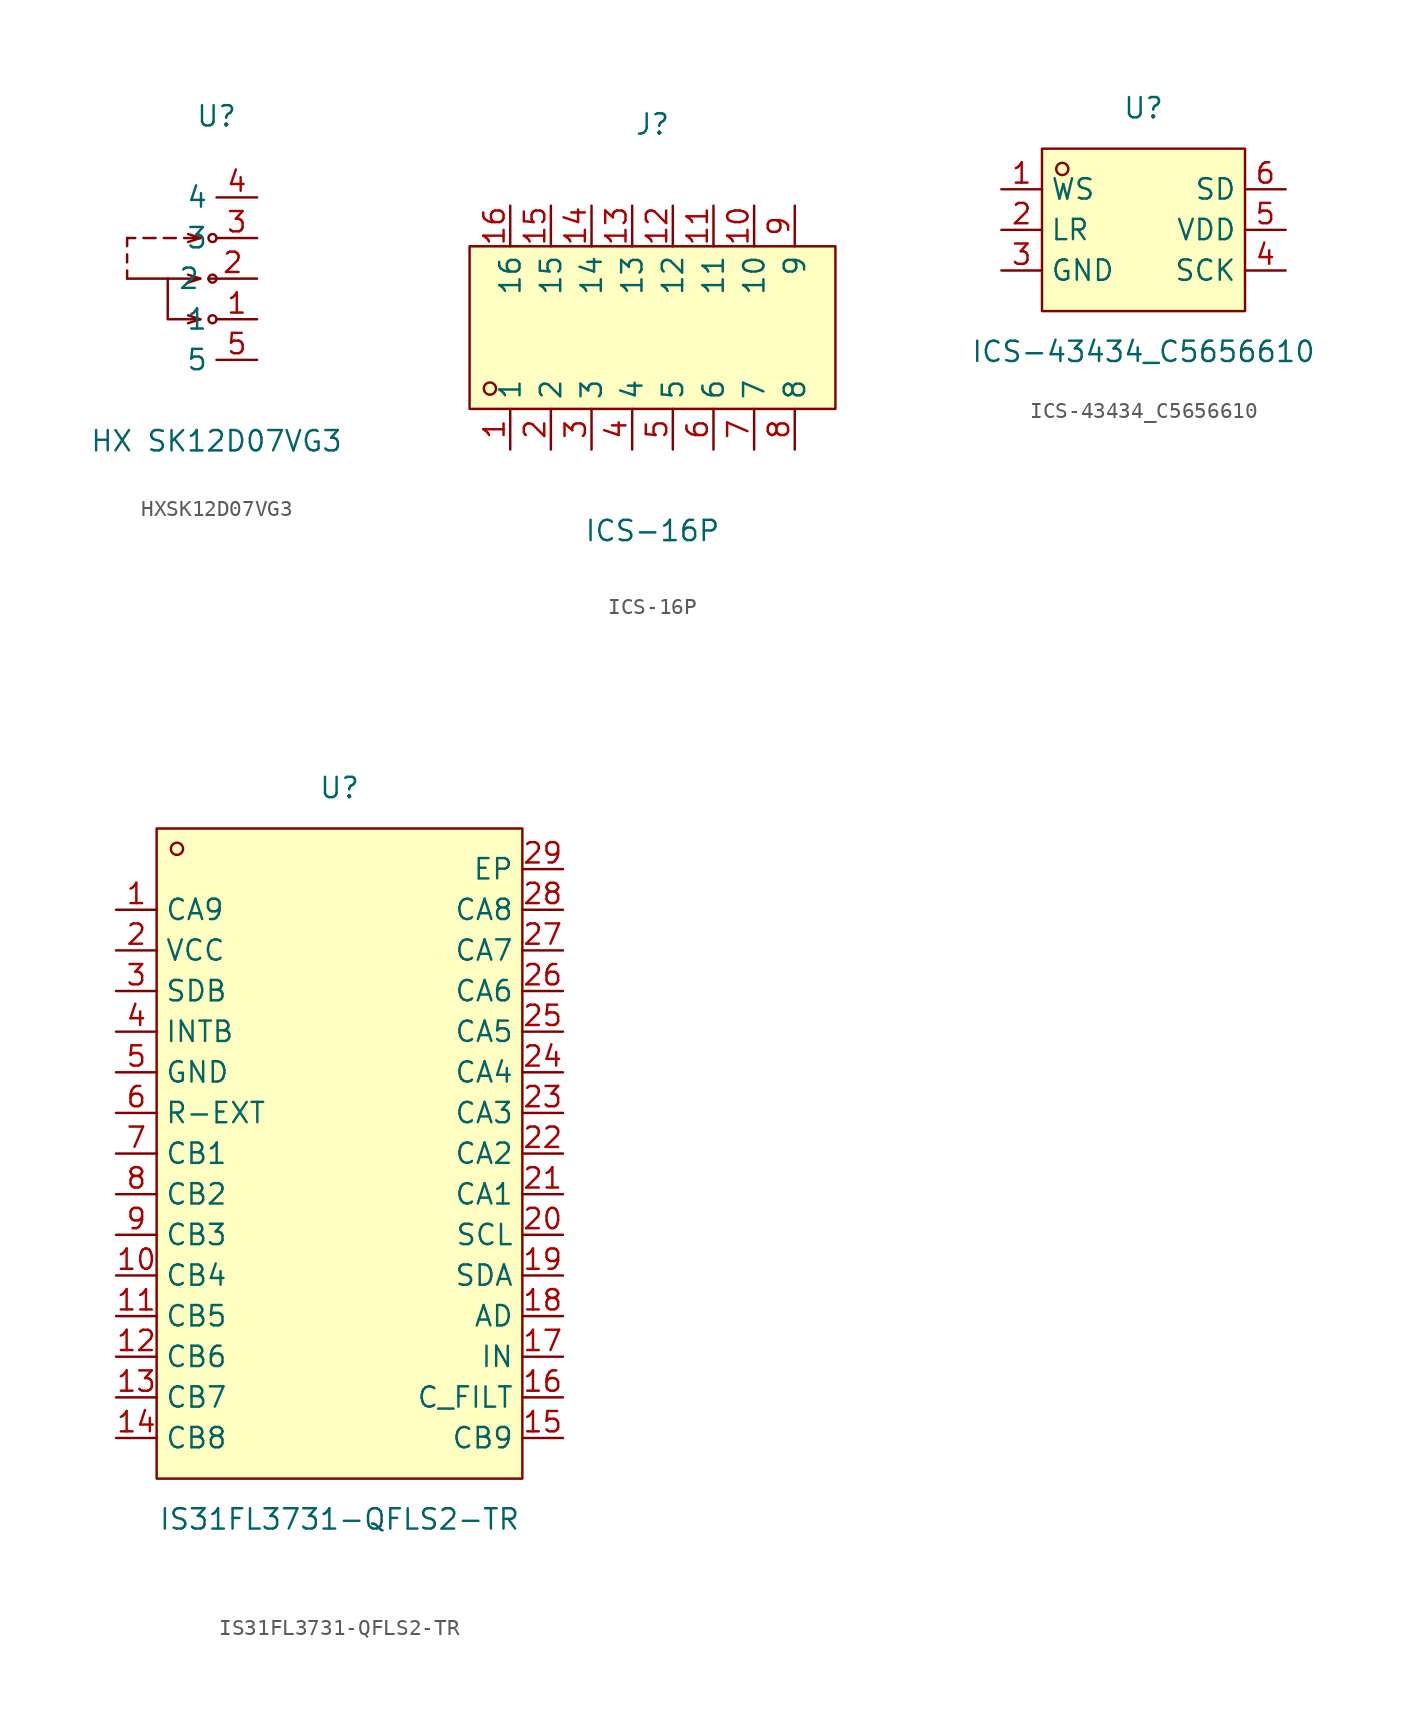
<source format=kicad_sym>
(kicad_symbol_lib
  (version 20211014)
  (generator https://github.com/uPesy/easyeda2kicad.py)
  (symbol "HXSK12D07VG3"
    (property "Reference" "U"
      (at 0 10.16 0)
      (effects (font (size 1.27 1.27))))
    (property "Value" "HX SK12D07VG3"
      (at 0 -10.16 0)
      (effects (font (size 1.27 1.27))))
    (symbol "HXSK12D07VG3_0_1"
      (circle (center -0.25 2.54) (radius 0.25) (stroke (width 0) (type default) (color 0 0 0 0)) (fill (type none)))
      (circle (center -0.25 -0.00) (radius 0.25) (stroke (width 0) (type default) (color 0 0 0 0)) (fill (type none)))
      (circle (center -0.25 -2.54) (radius 0.25) (stroke (width 0) (type default) (color 0 0 0 0)) (fill (type none)))
      (polyline (pts (xy -1.02 2.54) (xy -1.78 2.29)) (stroke (width 0) (type default) (color 0 0 0 0)) (fill (type none)))
      (polyline (pts (xy -1.02 2.54) (xy -1.78 2.79)) (stroke (width 0) (type default) (color 0 0 0 0)) (fill (type none)))
      (polyline (pts (xy -1.02 -0.00) (xy -1.78 -0.25)) (stroke (width 0) (type default) (color 0 0 0 0)) (fill (type none)))
      (polyline (pts (xy -1.02 -0.00) (xy -1.78 0.25)) (stroke (width 0) (type default) (color 0 0 0 0)) (fill (type none)))
      (polyline (pts (xy -1.02 -2.54) (xy -1.78 -2.29)) (stroke (width 0) (type default) (color 0 0 0 0)) (fill (type none)))
      (polyline (pts (xy -1.02 -2.54) (xy -1.78 -2.79)) (stroke (width 0) (type default) (color 0 0 0 0)) (fill (type none)))
      (polyline (pts (xy -1.27 2.54) (xy -1.02 2.54)) (stroke (width 0) (type default) (color 0 0 0 0)) (fill (type none)))
      (polyline (pts (xy -2.03 2.54) (xy -1.27 2.54)) (stroke (width 0) (type default) (color 0 0 0 0)) (fill (type none)))
      (polyline (pts (xy -3.30 2.54) (xy -2.54 2.54)) (stroke (width 0) (type default) (color 0 0 0 0)) (fill (type none)))
      (polyline (pts (xy -4.57 2.54) (xy -3.81 2.54)) (stroke (width 0) (type default) (color 0 0 0 0)) (fill (type none)))
      (polyline (pts (xy -5.59 2.54) (xy -5.08 2.54)) (stroke (width 0) (type default) (color 0 0 0 0)) (fill (type none)))
      (polyline (pts (xy -5.59 2.03) (xy -5.59 2.54)) (stroke (width 0) (type default) (color 0 0 0 0)) (fill (type none)))
      (polyline (pts (xy -5.59 1.02) (xy -5.59 1.52)) (stroke (width 0) (type default) (color 0 0 0 0)) (fill (type none)))
      (polyline (pts (xy -5.59 -0.00) (xy -5.59 0.51)) (stroke (width 0) (type default) (color 0 0 0 0)) (fill (type none)))
      (polyline (pts (xy -1.02 -2.54) (xy -3.05 -2.54) (xy -3.05 -0.00) (xy -1.02 -0.00)) (stroke (width 0) (type default) (color 0 0 0 0)) (fill (type none)))
      (polyline (pts (xy -3.05 -0.00) (xy -5.59 -0.00)) (stroke (width 0) (type default) (color 0 0 0 0)) (fill (type none)))
      (pin unspecified line (at 2.54 -5.08 180) (length 2.54) (name "5" (effects (font (size 1.27 1.27)))) (number "5" (effects (font (size 1.27 1.27)))))
      (pin unspecified line (at 2.54 2.54 180) (length 2.54) (name "3" (effects (font (size 1.27 1.27)))) (number "3" (effects (font (size 1.27 1.27)))))
      (pin unspecified line (at 2.54 -0.00 180) (length 3.048) (name "2" (effects (font (size 1.27 1.27)))) (number "2" (effects (font (size 1.27 1.27)))))
      (pin unspecified line (at 2.54 -2.54 180) (length 2.54) (name "1" (effects (font (size 1.27 1.27)))) (number "1" (effects (font (size 1.27 1.27)))))
      (pin unspecified line (at 2.54 5.08 180) (length 2.54) (name "4" (effects (font (size 1.27 1.27)))) (number "4" (effects (font (size 1.27 1.27)))))))
  (symbol "ICS-16P"
    (property "Reference" "J"
      (at 0 12.70 0)
      (effects (font (size 1.27 1.27))))
    (property "Value" "ICS-16P"
      (at 0 -12.70 0)
      (effects (font (size 1.27 1.27))))
    (symbol "ICS-16P_0_1"
      (rectangle (start -11.43 5.08) (end 11.43 -5.08) (stroke (width 0) (type default) (color 0 0 0 0)) (fill (type background)))
      (circle (center -10.16 -3.81) (radius 0.38) (stroke (width 0) (type default) (color 0 0 0 0)) (fill (type none)))
      (pin unspecified line (at -8.89 -7.62 90) (length 2.54) (name "1" (effects (font (size 1.27 1.27)))) (number "1" (effects (font (size 1.27 1.27)))))
      (pin unspecified line (at -6.35 -7.62 90) (length 2.54) (name "2" (effects (font (size 1.27 1.27)))) (number "2" (effects (font (size 1.27 1.27)))))
      (pin unspecified line (at -3.81 -7.62 90) (length 2.54) (name "3" (effects (font (size 1.27 1.27)))) (number "3" (effects (font (size 1.27 1.27)))))
      (pin unspecified line (at -1.27 -7.62 90) (length 2.54) (name "4" (effects (font (size 1.27 1.27)))) (number "4" (effects (font (size 1.27 1.27)))))
      (pin unspecified line (at 1.27 -7.62 90) (length 2.54) (name "5" (effects (font (size 1.27 1.27)))) (number "5" (effects (font (size 1.27 1.27)))))
      (pin unspecified line (at 3.81 -7.62 90) (length 2.54) (name "6" (effects (font (size 1.27 1.27)))) (number "6" (effects (font (size 1.27 1.27)))))
      (pin unspecified line (at 6.35 -7.62 90) (length 2.54) (name "7" (effects (font (size 1.27 1.27)))) (number "7" (effects (font (size 1.27 1.27)))))
      (pin unspecified line (at 8.89 -7.62 90) (length 2.54) (name "8" (effects (font (size 1.27 1.27)))) (number "8" (effects (font (size 1.27 1.27)))))
      (pin unspecified line (at 8.89 7.62 270) (length 2.54) (name "9" (effects (font (size 1.27 1.27)))) (number "9" (effects (font (size 1.27 1.27)))))
      (pin unspecified line (at 6.35 7.62 270) (length 2.54) (name "10" (effects (font (size 1.27 1.27)))) (number "10" (effects (font (size 1.27 1.27)))))
      (pin unspecified line (at 3.81 7.62 270) (length 2.54) (name "11" (effects (font (size 1.27 1.27)))) (number "11" (effects (font (size 1.27 1.27)))))
      (pin unspecified line (at 1.27 7.62 270) (length 2.54) (name "12" (effects (font (size 1.27 1.27)))) (number "12" (effects (font (size 1.27 1.27)))))
      (pin unspecified line (at -1.27 7.62 270) (length 2.54) (name "13" (effects (font (size 1.27 1.27)))) (number "13" (effects (font (size 1.27 1.27)))))
      (pin unspecified line (at -3.81 7.62 270) (length 2.54) (name "14" (effects (font (size 1.27 1.27)))) (number "14" (effects (font (size 1.27 1.27)))))
      (pin unspecified line (at -6.35 7.62 270) (length 2.54) (name "15" (effects (font (size 1.27 1.27)))) (number "15" (effects (font (size 1.27 1.27)))))
      (pin unspecified line (at -8.89 7.62 270) (length 2.54) (name "16" (effects (font (size 1.27 1.27)))) (number "16" (effects (font (size 1.27 1.27)))))))
  (symbol "ICS-43434_C5656610"
    (property "Reference" "U"
      (at 0 7.62 0)
      (effects (font (size 1.27 1.27))))
    (property "Value" "ICS-43434_C5656610"
      (at 0 -7.62 0)
      (effects (font (size 1.27 1.27))))
    (symbol "ICS-43434_C5656610_0_1"
      (rectangle (start -6.35 5.08) (end 6.35 -5.08) (stroke (width 0) (type default) (color 0 0 0 0)) (fill (type background)))
      (circle (center -5.08 3.81) (radius 0.38) (stroke (width 0) (type default) (color 0 0 0 0)) (fill (type none)))
      (pin unspecified line (at -8.89 2.54 0) (length 2.54) (name "WS" (effects (font (size 1.27 1.27)))) (number "1" (effects (font (size 1.27 1.27)))))
      (pin unspecified line (at -8.89 -0.00 0) (length 2.54) (name "LR" (effects (font (size 1.27 1.27)))) (number "2" (effects (font (size 1.27 1.27)))))
      (pin unspecified line (at -8.89 -2.54 0) (length 2.54) (name "GND" (effects (font (size 1.27 1.27)))) (number "3" (effects (font (size 1.27 1.27)))))
      (pin unspecified line (at 8.89 -2.54 180) (length 2.54) (name "SCK" (effects (font (size 1.27 1.27)))) (number "4" (effects (font (size 1.27 1.27)))))
      (pin unspecified line (at 8.89 -0.00 180) (length 2.54) (name "VDD" (effects (font (size 1.27 1.27)))) (number "5" (effects (font (size 1.27 1.27)))))
      (pin unspecified line (at 8.89 2.54 180) (length 2.54) (name "SD" (effects (font (size 1.27 1.27)))) (number "6" (effects (font (size 1.27 1.27)))))))
  (symbol "IS31FL3731-QFLS2-TR"
    (property "Reference" "U"
      (at 0 22.86 0)
      (effects (font (size 1.27 1.27))))
    (property "Value" "IS31FL3731-QFLS2-TR"
      (at 0 -22.86 0)
      (effects (font (size 1.27 1.27))))
    (symbol "IS31FL3731-QFLS2-TR_0_1"
      (rectangle (start -11.43 20.32) (end 11.43 -20.32) (stroke (width 0) (type default) (color 0 0 0 0)) (fill (type background)))
      (circle (center -10.16 19.05) (radius 0.38) (stroke (width 0) (type default) (color 0 0 0 0)) (fill (type none)))
      (pin unspecified line (at -13.97 15.24 0) (length 2.54) (name "CA9" (effects (font (size 1.27 1.27)))) (number "1" (effects (font (size 1.27 1.27)))))
      (pin unspecified line (at -13.97 12.70 0) (length 2.54) (name "VCC" (effects (font (size 1.27 1.27)))) (number "2" (effects (font (size 1.27 1.27)))))
      (pin unspecified line (at -13.97 10.16 0) (length 2.54) (name "SDB" (effects (font (size 1.27 1.27)))) (number "3" (effects (font (size 1.27 1.27)))))
      (pin unspecified line (at -13.97 7.62 0) (length 2.54) (name "INTB" (effects (font (size 1.27 1.27)))) (number "4" (effects (font (size 1.27 1.27)))))
      (pin unspecified line (at -13.97 5.08 0) (length 2.54) (name "GND" (effects (font (size 1.27 1.27)))) (number "5" (effects (font (size 1.27 1.27)))))
      (pin unspecified line (at -13.97 2.54 0) (length 2.54) (name "R-EXT" (effects (font (size 1.27 1.27)))) (number "6" (effects (font (size 1.27 1.27)))))
      (pin unspecified line (at -13.97 -0.00 0) (length 2.54) (name "CB1" (effects (font (size 1.27 1.27)))) (number "7" (effects (font (size 1.27 1.27)))))
      (pin unspecified line (at -13.97 -2.54 0) (length 2.54) (name "CB2" (effects (font (size 1.27 1.27)))) (number "8" (effects (font (size 1.27 1.27)))))
      (pin unspecified line (at -13.97 -5.08 0) (length 2.54) (name "CB3" (effects (font (size 1.27 1.27)))) (number "9" (effects (font (size 1.27 1.27)))))
      (pin unspecified line (at -13.97 -7.62 0) (length 2.54) (name "CB4" (effects (font (size 1.27 1.27)))) (number "10" (effects (font (size 1.27 1.27)))))
      (pin unspecified line (at -13.97 -10.16 0) (length 2.54) (name "CB5" (effects (font (size 1.27 1.27)))) (number "11" (effects (font (size 1.27 1.27)))))
      (pin unspecified line (at -13.97 -12.70 0) (length 2.54) (name "CB6" (effects (font (size 1.27 1.27)))) (number "12" (effects (font (size 1.27 1.27)))))
      (pin unspecified line (at -13.97 -15.24 0) (length 2.54) (name "CB7" (effects (font (size 1.27 1.27)))) (number "13" (effects (font (size 1.27 1.27)))))
      (pin unspecified line (at -13.97 -17.78 0) (length 2.54) (name "CB8" (effects (font (size 1.27 1.27)))) (number "14" (effects (font (size 1.27 1.27)))))
      (pin unspecified line (at 13.97 -17.78 180) (length 2.54) (name "CB9" (effects (font (size 1.27 1.27)))) (number "15" (effects (font (size 1.27 1.27)))))
      (pin unspecified line (at 13.97 -15.24 180) (length 2.54) (name "C_FILT" (effects (font (size 1.27 1.27)))) (number "16" (effects (font (size 1.27 1.27)))))
      (pin unspecified line (at 13.97 -12.70 180) (length 2.54) (name "IN" (effects (font (size 1.27 1.27)))) (number "17" (effects (font (size 1.27 1.27)))))
      (pin unspecified line (at 13.97 -10.16 180) (length 2.54) (name "AD" (effects (font (size 1.27 1.27)))) (number "18" (effects (font (size 1.27 1.27)))))
      (pin unspecified line (at 13.97 -7.62 180) (length 2.54) (name "SDA" (effects (font (size 1.27 1.27)))) (number "19" (effects (font (size 1.27 1.27)))))
      (pin unspecified line (at 13.97 -5.08 180) (length 2.54) (name "SCL" (effects (font (size 1.27 1.27)))) (number "20" (effects (font (size 1.27 1.27)))))
      (pin unspecified line (at 13.97 -2.54 180) (length 2.54) (name "CA1" (effects (font (size 1.27 1.27)))) (number "21" (effects (font (size 1.27 1.27)))))
      (pin unspecified line (at 13.97 -0.00 180) (length 2.54) (name "CA2" (effects (font (size 1.27 1.27)))) (number "22" (effects (font (size 1.27 1.27)))))
      (pin unspecified line (at 13.97 2.54 180) (length 2.54) (name "CA3" (effects (font (size 1.27 1.27)))) (number "23" (effects (font (size 1.27 1.27)))))
      (pin unspecified line (at 13.97 5.08 180) (length 2.54) (name "CA4" (effects (font (size 1.27 1.27)))) (number "24" (effects (font (size 1.27 1.27)))))
      (pin unspecified line (at 13.97 7.62 180) (length 2.54) (name "CA5" (effects (font (size 1.27 1.27)))) (number "25" (effects (font (size 1.27 1.27)))))
      (pin unspecified line (at 13.97 10.16 180) (length 2.54) (name "CA6" (effects (font (size 1.27 1.27)))) (number "26" (effects (font (size 1.27 1.27)))))
      (pin unspecified line (at 13.97 12.70 180) (length 2.54) (name "CA7" (effects (font (size 1.27 1.27)))) (number "27" (effects (font (size 1.27 1.27)))))
      (pin unspecified line (at 13.97 15.24 180) (length 2.54) (name "CA8" (effects (font (size 1.27 1.27)))) (number "28" (effects (font (size 1.27 1.27)))))
      (pin unspecified line (at 13.97 17.78 180) (length 2.54) (name "EP" (effects (font (size 1.27 1.27)))) (number "29" (effects (font (size 1.27 1.27))))))))
</source>
